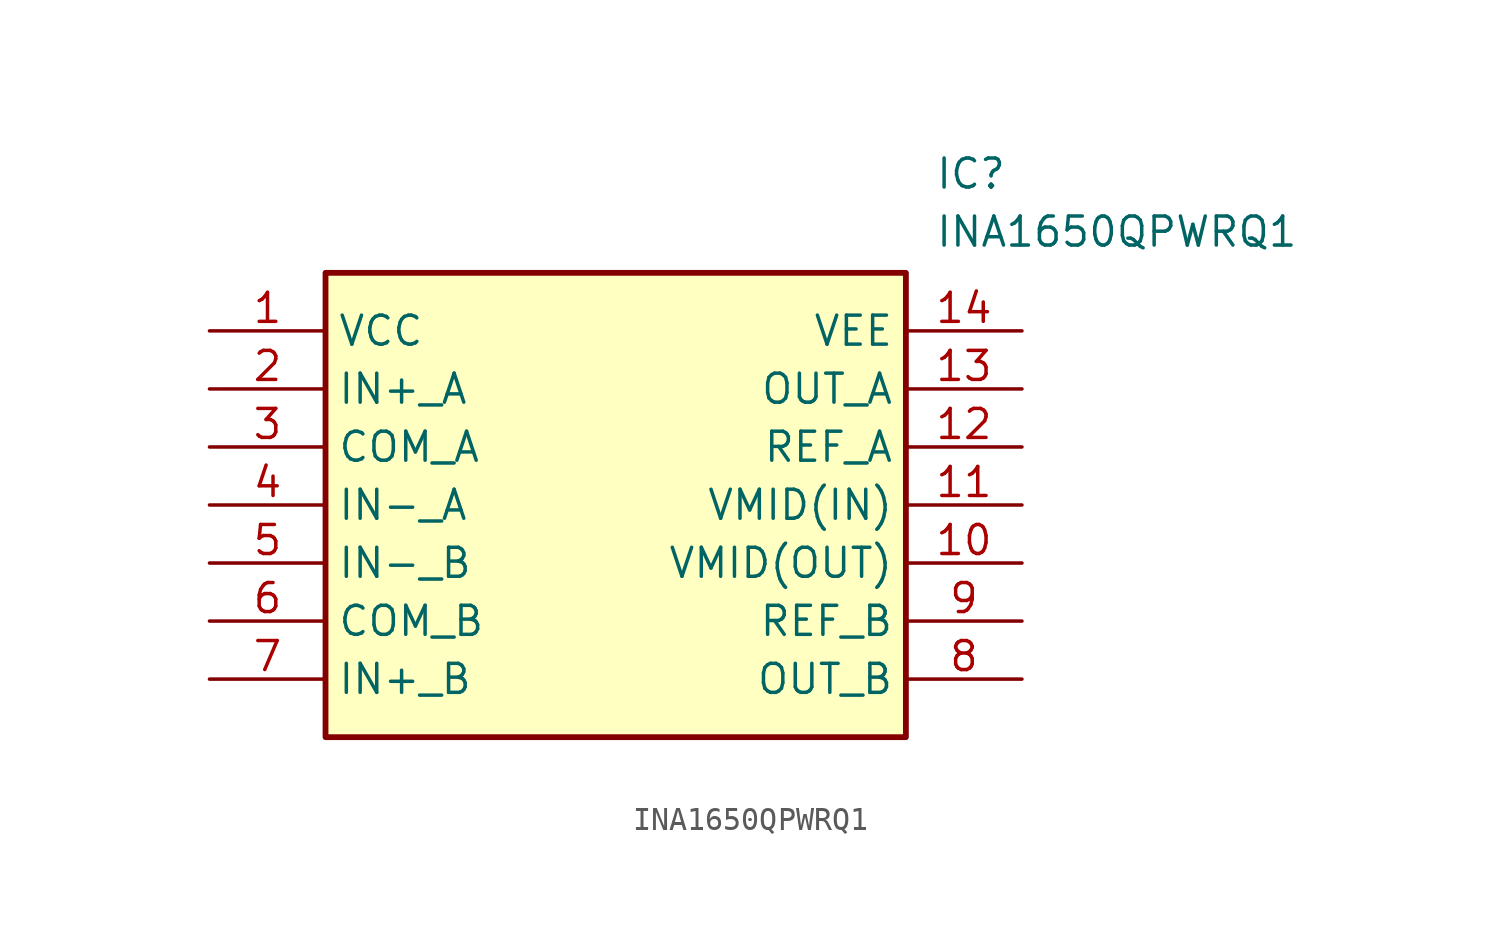
<source format=kicad_sym>
(kicad_symbol_lib
  (version 20211014)
  (generator SamacSys_ECAD_Model)
  (symbol "INA1650QPWRQ1"
    (property "Reference" "IC"
      (at 31.75 7.62 0)
      (effects (font (size 1.27 1.27)) (justify left top)))
    (property "Value" "INA1650QPWRQ1"
      (at 31.75 5.08 0)
      (effects (font (size 1.27 1.27)) (justify left top)))
    (rectangle
      (start 5.08 2.54)
      (end 30.48 -17.78)
      (stroke (width 0.254) (type default))
      (fill (type background)))
    (pin passive line
      (at 0 0 0)
      (length 5.08)
      (name "VCC" (effects (font (size 1.27 1.27))))
      (number "1" (effects (font (size 1.27 1.27)))))
    (pin passive line
      (at 0 -2.54 0)
      (length 5.08)
      (name "IN+_A" (effects (font (size 1.27 1.27))))
      (number "2" (effects (font (size 1.27 1.27)))))
    (pin passive line
      (at 0 -5.08 0)
      (length 5.08)
      (name "COM_A" (effects (font (size 1.27 1.27))))
      (number "3" (effects (font (size 1.27 1.27)))))
    (pin passive line
      (at 0 -7.62 0)
      (length 5.08)
      (name "IN-_A" (effects (font (size 1.27 1.27))))
      (number "4" (effects (font (size 1.27 1.27)))))
    (pin passive line
      (at 0 -10.16 0)
      (length 5.08)
      (name "IN-_B" (effects (font (size 1.27 1.27))))
      (number "5" (effects (font (size 1.27 1.27)))))
    (pin passive line
      (at 0 -12.7 0)
      (length 5.08)
      (name "COM_B" (effects (font (size 1.27 1.27))))
      (number "6" (effects (font (size 1.27 1.27)))))
    (pin passive line
      (at 0 -15.24 0)
      (length 5.08)
      (name "IN+_B" (effects (font (size 1.27 1.27))))
      (number "7" (effects (font (size 1.27 1.27)))))
    (pin passive line
      (at 35.56 0 180)
      (length 5.08)
      (name "VEE" (effects (font (size 1.27 1.27))))
      (number "14" (effects (font (size 1.27 1.27)))))
    (pin passive line
      (at 35.56 -2.54 180)
      (length 5.08)
      (name "OUT_A" (effects (font (size 1.27 1.27))))
      (number "13" (effects (font (size 1.27 1.27)))))
    (pin passive line
      (at 35.56 -5.08 180)
      (length 5.08)
      (name "REF_A" (effects (font (size 1.27 1.27))))
      (number "12" (effects (font (size 1.27 1.27)))))
    (pin passive line
      (at 35.56 -7.62 180)
      (length 5.08)
      (name "VMID(IN)" (effects (font (size 1.27 1.27))))
      (number "11" (effects (font (size 1.27 1.27)))))
    (pin passive line
      (at 35.56 -10.16 180)
      (length 5.08)
      (name "VMID(OUT)" (effects (font (size 1.27 1.27))))
      (number "10" (effects (font (size 1.27 1.27)))))
    (pin passive line
      (at 35.56 -12.7 180)
      (length 5.08)
      (name "REF_B" (effects (font (size 1.27 1.27))))
      (number "9" (effects (font (size 1.27 1.27)))))
    (pin passive line
      (at 35.56 -15.24 180)
      (length 5.08)
      (name "OUT_B" (effects (font (size 1.27 1.27))))
      (number "8" (effects (font (size 1.27 1.27)))))))
</source>
